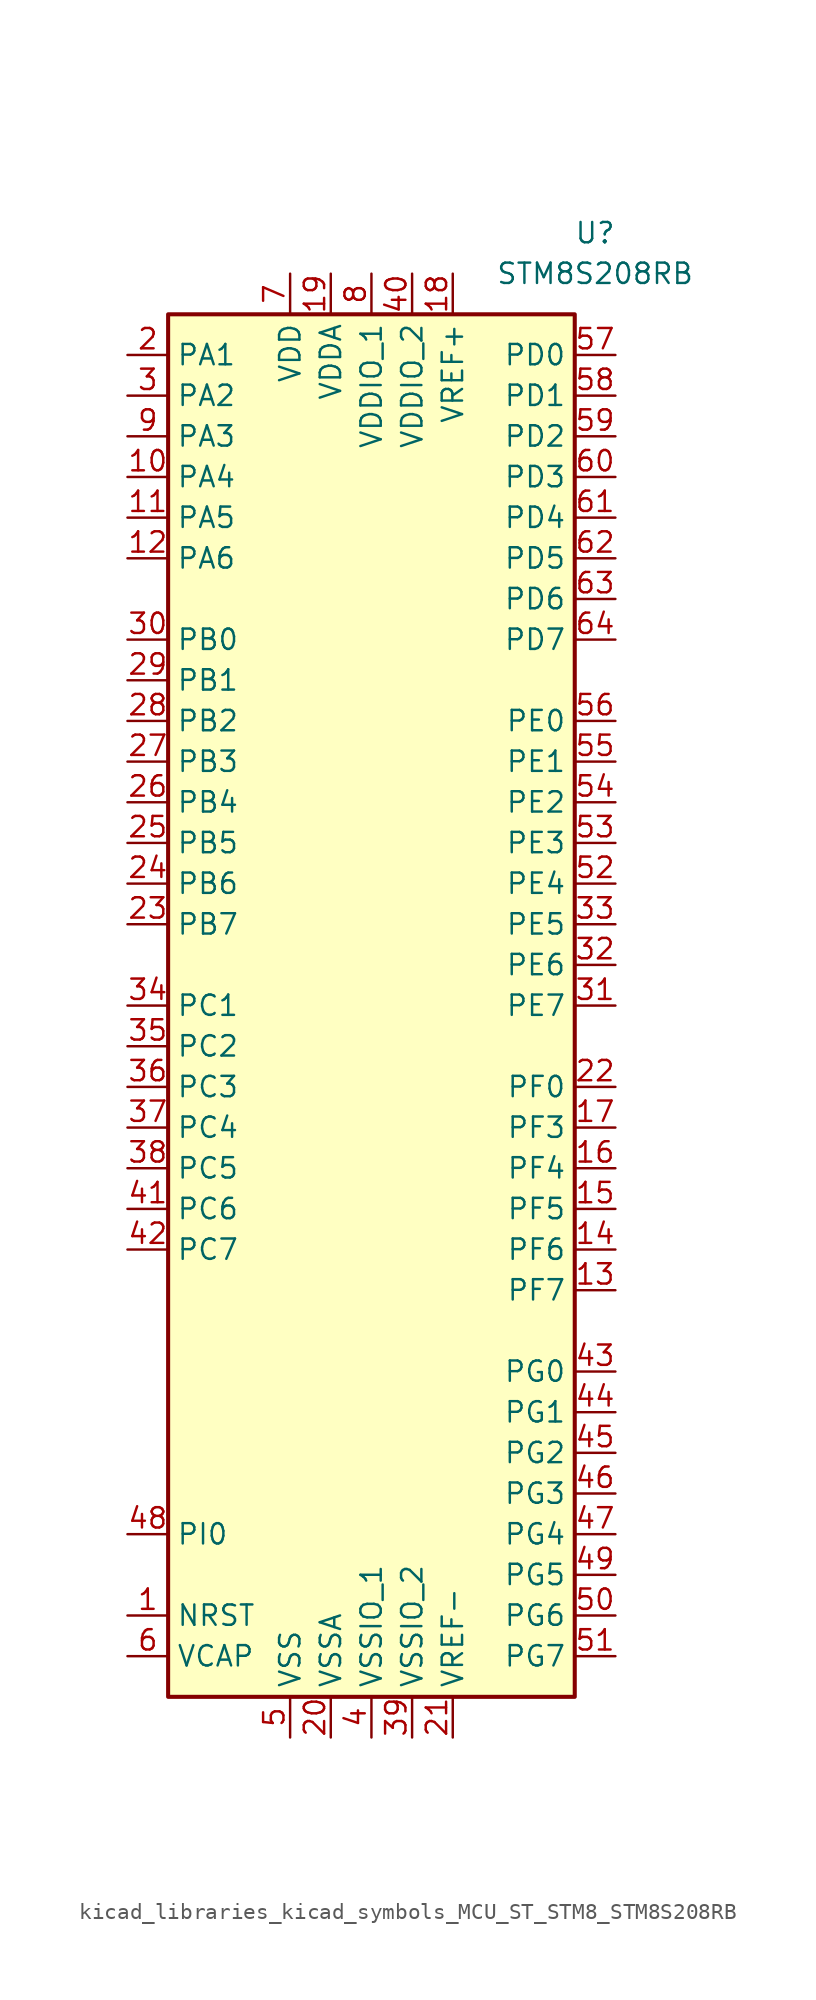
<source format=kicad_sym>
(kicad_symbol_lib
  (version 20220914)
  (generator kicad_symbol_editor)
  (symbol "kicad_libraries_kicad_symbols_MCU_ST_STM8_STM8S208RB"
    (property "Reference" "U"
      (at 13.97 48.26 0)
      (effects (font (size 1.27 1.27))))
    (property "Value" "STM8S208RB"
      (at 13.97 45.72 0)
      (effects (font (size 1.27 1.27))))
    (symbol "kicad_libraries_kicad_symbols_MCU_ST_STM8_STM8S208RB_0_1"
      (rectangle (start 12.7 43.18) (end -12.7 -43.18) (stroke (width 0.254) (type default)) (fill (type background))))
    (symbol "kicad_libraries_kicad_symbols_MCU_ST_STM8_STM8S208RB_1_1"
      (pin input line (at -15.24 -38.1 0) (length 2.54) (name "NRST" (effects (font (size 1.27 1.27)))) (number "1" (effects (font (size 1.27 1.27)))))
      (pin bidirectional line (at -15.24 33.02 0) (length 2.54) (name "PA4" (effects (font (size 1.27 1.27)))) (number "10" (effects (font (size 1.27 1.27)))))
      (pin bidirectional line (at -15.24 30.48 0) (length 2.54) (name "PA5" (effects (font (size 1.27 1.27)))) (number "11" (effects (font (size 1.27 1.27)))))
      (pin bidirectional line (at -15.24 27.94 0) (length 2.54) (name "PA6" (effects (font (size 1.27 1.27)))) (number "12" (effects (font (size 1.27 1.27)))))
      (pin bidirectional line (at 15.24 -17.78 180) (length 2.54) (name "PF7" (effects (font (size 1.27 1.27)))) (number "13" (effects (font (size 1.27 1.27)))))
      (pin bidirectional line (at 15.24 -15.24 180) (length 2.54) (name "PF6" (effects (font (size 1.27 1.27)))) (number "14" (effects (font (size 1.27 1.27)))))
      (pin bidirectional line (at 15.24 -12.7 180) (length 2.54) (name "PF5" (effects (font (size 1.27 1.27)))) (number "15" (effects (font (size 1.27 1.27)))))
      (pin bidirectional line (at 15.24 -10.16 180) (length 2.54) (name "PF4" (effects (font (size 1.27 1.27)))) (number "16" (effects (font (size 1.27 1.27)))))
      (pin bidirectional line (at 15.24 -7.62 180) (length 2.54) (name "PF3" (effects (font (size 1.27 1.27)))) (number "17" (effects (font (size 1.27 1.27)))))
      (pin power_in line (at 5.08 45.72 270) (length 2.54) (name "VREF+" (effects (font (size 1.27 1.27)))) (number "18" (effects (font (size 1.27 1.27)))))
      (pin power_in line (at -2.54 45.72 270) (length 2.54) (name "VDDA" (effects (font (size 1.27 1.27)))) (number "19" (effects (font (size 1.27 1.27)))))
      (pin bidirectional line (at -15.24 40.64 0) (length 2.54) (name "PA1" (effects (font (size 1.27 1.27)))) (number "2" (effects (font (size 1.27 1.27)))))
      (pin power_in line (at -2.54 -45.72 90) (length 2.54) (name "VSSA" (effects (font (size 1.27 1.27)))) (number "20" (effects (font (size 1.27 1.27)))))
      (pin power_in line (at 5.08 -45.72 90) (length 2.54) (name "VREF-" (effects (font (size 1.27 1.27)))) (number "21" (effects (font (size 1.27 1.27)))))
      (pin bidirectional line (at 15.24 -5.08 180) (length 2.54) (name "PF0" (effects (font (size 1.27 1.27)))) (number "22" (effects (font (size 1.27 1.27)))))
      (pin bidirectional line (at -15.24 5.08 0) (length 2.54) (name "PB7" (effects (font (size 1.27 1.27)))) (number "23" (effects (font (size 1.27 1.27)))))
      (pin bidirectional line (at -15.24 7.62 0) (length 2.54) (name "PB6" (effects (font (size 1.27 1.27)))) (number "24" (effects (font (size 1.27 1.27)))))
      (pin bidirectional line (at -15.24 10.16 0) (length 2.54) (name "PB5" (effects (font (size 1.27 1.27)))) (number "25" (effects (font (size 1.27 1.27)))))
      (pin bidirectional line (at -15.24 12.7 0) (length 2.54) (name "PB4" (effects (font (size 1.27 1.27)))) (number "26" (effects (font (size 1.27 1.27)))))
      (pin bidirectional line (at -15.24 15.24 0) (length 2.54) (name "PB3" (effects (font (size 1.27 1.27)))) (number "27" (effects (font (size 1.27 1.27)))))
      (pin bidirectional line (at -15.24 17.78 0) (length 2.54) (name "PB2" (effects (font (size 1.27 1.27)))) (number "28" (effects (font (size 1.27 1.27)))))
      (pin bidirectional line (at -15.24 20.32 0) (length 2.54) (name "PB1" (effects (font (size 1.27 1.27)))) (number "29" (effects (font (size 1.27 1.27)))))
      (pin bidirectional line (at -15.24 38.1 0) (length 2.54) (name "PA2" (effects (font (size 1.27 1.27)))) (number "3" (effects (font (size 1.27 1.27)))))
      (pin bidirectional line (at -15.24 22.86 0) (length 2.54) (name "PB0" (effects (font (size 1.27 1.27)))) (number "30" (effects (font (size 1.27 1.27)))))
      (pin bidirectional line (at 15.24 0 180) (length 2.54) (name "PE7" (effects (font (size 1.27 1.27)))) (number "31" (effects (font (size 1.27 1.27)))))
      (pin bidirectional line (at 15.24 2.54 180) (length 2.54) (name "PE6" (effects (font (size 1.27 1.27)))) (number "32" (effects (font (size 1.27 1.27)))))
      (pin bidirectional line (at 15.24 5.08 180) (length 2.54) (name "PE5" (effects (font (size 1.27 1.27)))) (number "33" (effects (font (size 1.27 1.27)))))
      (pin bidirectional line (at -15.24 0 0) (length 2.54) (name "PC1" (effects (font (size 1.27 1.27)))) (number "34" (effects (font (size 1.27 1.27)))))
      (pin bidirectional line (at -15.24 -2.54 0) (length 2.54) (name "PC2" (effects (font (size 1.27 1.27)))) (number "35" (effects (font (size 1.27 1.27)))))
      (pin bidirectional line (at -15.24 -5.08 0) (length 2.54) (name "PC3" (effects (font (size 1.27 1.27)))) (number "36" (effects (font (size 1.27 1.27)))))
      (pin bidirectional line (at -15.24 -7.62 0) (length 2.54) (name "PC4" (effects (font (size 1.27 1.27)))) (number "37" (effects (font (size 1.27 1.27)))))
      (pin bidirectional line (at -15.24 -10.16 0) (length 2.54) (name "PC5" (effects (font (size 1.27 1.27)))) (number "38" (effects (font (size 1.27 1.27)))))
      (pin power_in line (at 2.54 -45.72 90) (length 2.54) (name "VSSIO_2" (effects (font (size 1.27 1.27)))) (number "39" (effects (font (size 1.27 1.27)))))
      (pin power_in line (at 0 -45.72 90) (length 2.54) (name "VSSIO_1" (effects (font (size 1.27 1.27)))) (number "4" (effects (font (size 1.27 1.27)))))
      (pin power_in line (at 2.54 45.72 270) (length 2.54) (name "VDDIO_2" (effects (font (size 1.27 1.27)))) (number "40" (effects (font (size 1.27 1.27)))))
      (pin bidirectional line (at -15.24 -12.7 0) (length 2.54) (name "PC6" (effects (font (size 1.27 1.27)))) (number "41" (effects (font (size 1.27 1.27)))))
      (pin bidirectional line (at -15.24 -15.24 0) (length 2.54) (name "PC7" (effects (font (size 1.27 1.27)))) (number "42" (effects (font (size 1.27 1.27)))))
      (pin bidirectional line (at 15.24 -22.86 180) (length 2.54) (name "PG0" (effects (font (size 1.27 1.27)))) (number "43" (effects (font (size 1.27 1.27)))))
      (pin bidirectional line (at 15.24 -25.4 180) (length 2.54) (name "PG1" (effects (font (size 1.27 1.27)))) (number "44" (effects (font (size 1.27 1.27)))))
      (pin bidirectional line (at 15.24 -27.94 180) (length 2.54) (name "PG2" (effects (font (size 1.27 1.27)))) (number "45" (effects (font (size 1.27 1.27)))))
      (pin bidirectional line (at 15.24 -30.48 180) (length 2.54) (name "PG3" (effects (font (size 1.27 1.27)))) (number "46" (effects (font (size 1.27 1.27)))))
      (pin bidirectional line (at 15.24 -33.02 180) (length 2.54) (name "PG4" (effects (font (size 1.27 1.27)))) (number "47" (effects (font (size 1.27 1.27)))))
      (pin bidirectional line (at -15.24 -33.02 0) (length 2.54) (name "PI0" (effects (font (size 1.27 1.27)))) (number "48" (effects (font (size 1.27 1.27)))))
      (pin bidirectional line (at 15.24 -35.56 180) (length 2.54) (name "PG5" (effects (font (size 1.27 1.27)))) (number "49" (effects (font (size 1.27 1.27)))))
      (pin power_in line (at -5.08 -45.72 90) (length 2.54) (name "VSS" (effects (font (size 1.27 1.27)))) (number "5" (effects (font (size 1.27 1.27)))))
      (pin bidirectional line (at 15.24 -38.1 180) (length 2.54) (name "PG6" (effects (font (size 1.27 1.27)))) (number "50" (effects (font (size 1.27 1.27)))))
      (pin bidirectional line (at 15.24 -40.64 180) (length 2.54) (name "PG7" (effects (font (size 1.27 1.27)))) (number "51" (effects (font (size 1.27 1.27)))))
      (pin bidirectional line (at 15.24 7.62 180) (length 2.54) (name "PE4" (effects (font (size 1.27 1.27)))) (number "52" (effects (font (size 1.27 1.27)))))
      (pin bidirectional line (at 15.24 10.16 180) (length 2.54) (name "PE3" (effects (font (size 1.27 1.27)))) (number "53" (effects (font (size 1.27 1.27)))))
      (pin bidirectional line (at 15.24 12.7 180) (length 2.54) (name "PE2" (effects (font (size 1.27 1.27)))) (number "54" (effects (font (size 1.27 1.27)))))
      (pin bidirectional line (at 15.24 15.24 180) (length 2.54) (name "PE1" (effects (font (size 1.27 1.27)))) (number "55" (effects (font (size 1.27 1.27)))))
      (pin bidirectional line (at 15.24 17.78 180) (length 2.54) (name "PE0" (effects (font (size 1.27 1.27)))) (number "56" (effects (font (size 1.27 1.27)))))
      (pin bidirectional line (at 15.24 40.64 180) (length 2.54) (name "PD0" (effects (font (size 1.27 1.27)))) (number "57" (effects (font (size 1.27 1.27)))))
      (pin bidirectional line (at 15.24 38.1 180) (length 2.54) (name "PD1" (effects (font (size 1.27 1.27)))) (number "58" (effects (font (size 1.27 1.27)))))
      (pin bidirectional line (at 15.24 35.56 180) (length 2.54) (name "PD2" (effects (font (size 1.27 1.27)))) (number "59" (effects (font (size 1.27 1.27)))))
      (pin input line (at -15.24 -40.64 0) (length 2.54) (name "VCAP" (effects (font (size 1.27 1.27)))) (number "6" (effects (font (size 1.27 1.27)))))
      (pin bidirectional line (at 15.24 33.02 180) (length 2.54) (name "PD3" (effects (font (size 1.27 1.27)))) (number "60" (effects (font (size 1.27 1.27)))))
      (pin bidirectional line (at 15.24 30.48 180) (length 2.54) (name "PD4" (effects (font (size 1.27 1.27)))) (number "61" (effects (font (size 1.27 1.27)))))
      (pin bidirectional line (at 15.24 27.94 180) (length 2.54) (name "PD5" (effects (font (size 1.27 1.27)))) (number "62" (effects (font (size 1.27 1.27)))))
      (pin bidirectional line (at 15.24 25.4 180) (length 2.54) (name "PD6" (effects (font (size 1.27 1.27)))) (number "63" (effects (font (size 1.27 1.27)))))
      (pin bidirectional line (at 15.24 22.86 180) (length 2.54) (name "PD7" (effects (font (size 1.27 1.27)))) (number "64" (effects (font (size 1.27 1.27)))))
      (pin power_in line (at -5.08 45.72 270) (length 2.54) (name "VDD" (effects (font (size 1.27 1.27)))) (number "7" (effects (font (size 1.27 1.27)))))
      (pin power_in line (at 0 45.72 270) (length 2.54) (name "VDDIO_1" (effects (font (size 1.27 1.27)))) (number "8" (effects (font (size 1.27 1.27)))))
      (pin bidirectional line (at -15.24 35.56 0) (length 2.54) (name "PA3" (effects (font (size 1.27 1.27)))) (number "9" (effects (font (size 1.27 1.27))))))))
</source>
